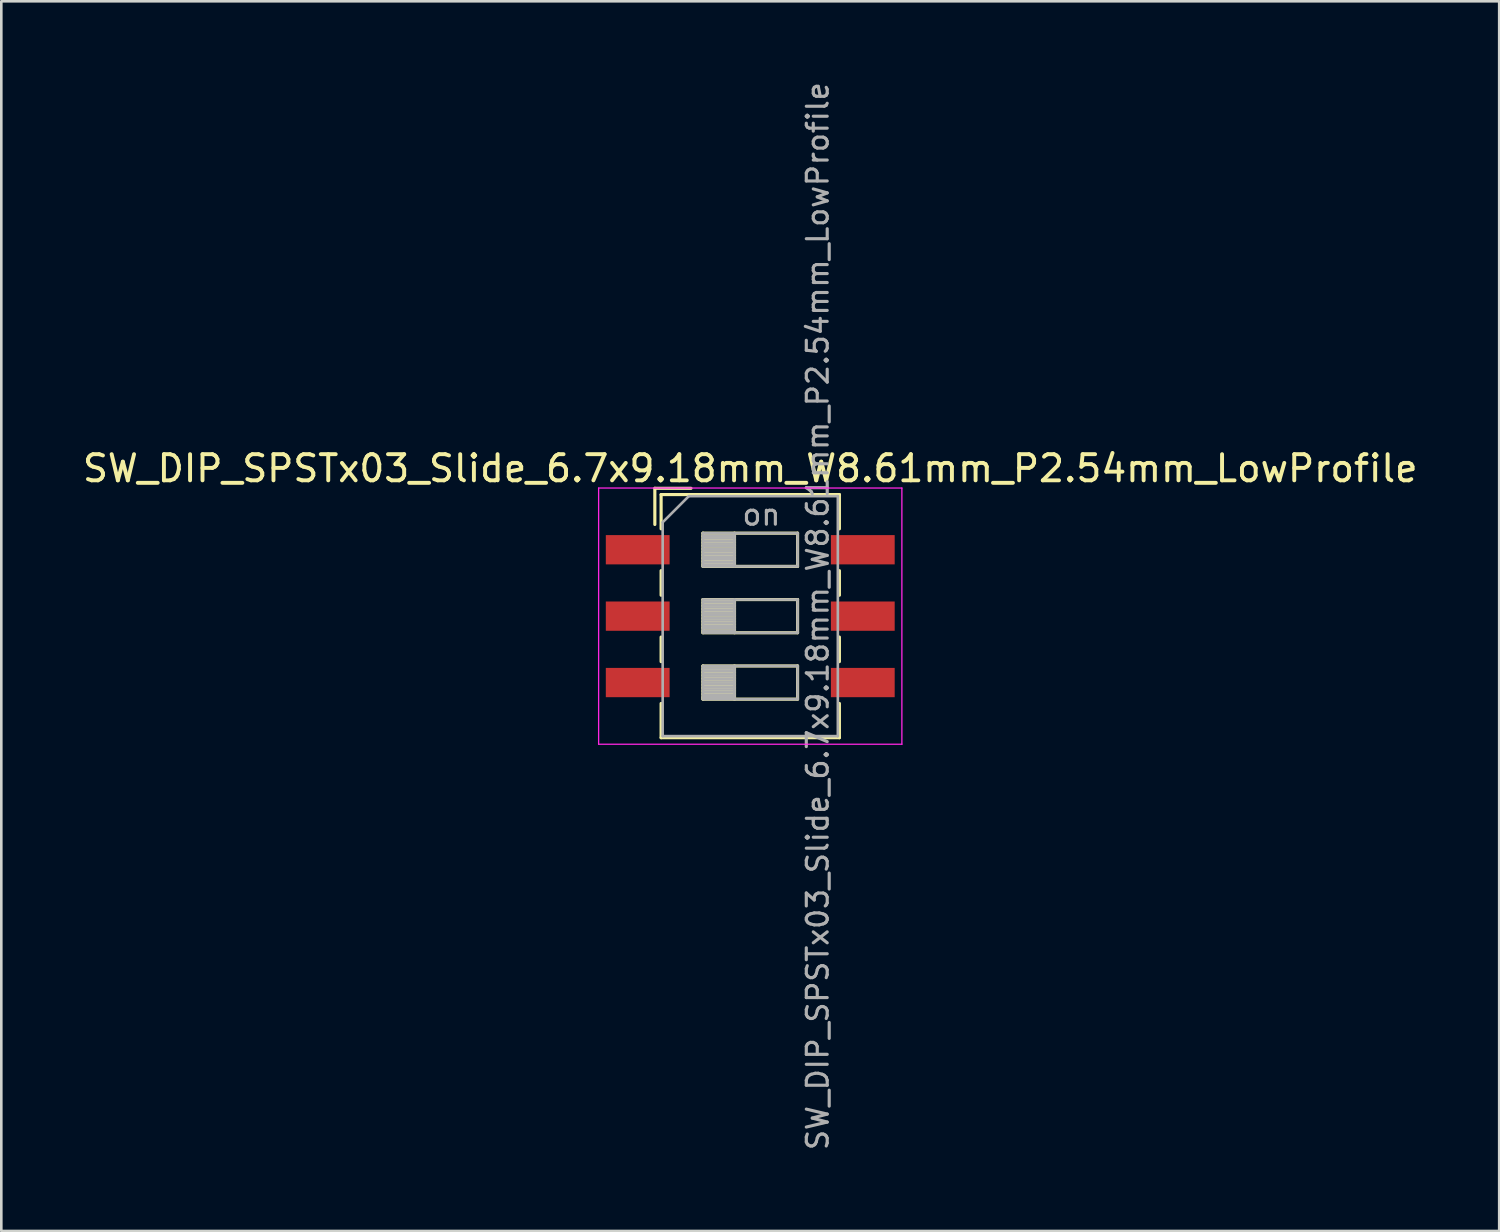
<source format=kicad_pcb>
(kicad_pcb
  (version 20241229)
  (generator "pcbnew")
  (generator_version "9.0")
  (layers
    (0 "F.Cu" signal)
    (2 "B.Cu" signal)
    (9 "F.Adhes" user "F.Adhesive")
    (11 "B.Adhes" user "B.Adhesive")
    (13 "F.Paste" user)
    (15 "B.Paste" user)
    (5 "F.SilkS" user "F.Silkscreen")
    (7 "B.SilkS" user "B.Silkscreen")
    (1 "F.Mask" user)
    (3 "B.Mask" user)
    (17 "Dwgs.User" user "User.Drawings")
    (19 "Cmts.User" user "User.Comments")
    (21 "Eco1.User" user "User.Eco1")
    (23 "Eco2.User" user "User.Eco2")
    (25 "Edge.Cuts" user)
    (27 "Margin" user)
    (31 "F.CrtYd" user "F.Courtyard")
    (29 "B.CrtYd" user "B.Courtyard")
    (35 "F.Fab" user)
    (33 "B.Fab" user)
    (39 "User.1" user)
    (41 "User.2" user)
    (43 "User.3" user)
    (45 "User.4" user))
  (footprint "SW_DIP_SPSTx03_Slide_6.7x9.18mm_W8.61mm_P2.54mm_LowProfile"
    (layer "F.Cu")
    (at 25.649 20.519)
    (property "Reference" "SW_DIP_SPSTx03_Slide_6.7x9.18mm_W8.61mm_P2.54mm_LowProfile" (at 0 -5.65 180) (layer "F.SilkS") (effects (font (size 1 1) (thickness 0.15))))
    (attr smd)
    (fp_line (start -3.65 -4.89) (end -3.65 -3.507) (stroke (width 0.12) (type solid)) (layer "F.SilkS"))
    (fp_line (start -3.65 -4.89) (end -2.267 -4.89) (stroke (width 0.12) (type solid)) (layer "F.SilkS"))
    (fp_line (start -3.41 -4.65) (end -3.41 -3.34) (stroke (width 0.12) (type solid)) (layer "F.SilkS"))
    (fp_line (start -3.41 -4.65) (end 3.41 -4.65) (stroke (width 0.12) (type solid)) (layer "F.SilkS"))
    (fp_line (start -3.41 -1.74) (end -3.41 -0.8) (stroke (width 0.12) (type solid)) (layer "F.SilkS"))
    (fp_line (start -3.41 0.8) (end -3.41 1.74) (stroke (width 0.12) (type solid)) (layer "F.SilkS"))
    (fp_line (start -3.41 3.34) (end -3.41 4.65) (stroke (width 0.12) (type solid)) (layer "F.SilkS"))
    (fp_line (start -3.41 4.65) (end 3.41 4.65) (stroke (width 0.12) (type solid)) (layer "F.SilkS"))
    (fp_line (start -1.81 -3.175) (end -1.81 -1.905) (stroke (width 0.12) (type solid)) (layer "F.SilkS"))
    (fp_line (start -1.81 -3.055) (end -0.603 -3.055) (stroke (width 0.12) (type solid)) (layer "F.SilkS"))
    (fp_line (start -1.81 -2.935) (end -0.603 -2.935) (stroke (width 0.12) (type solid)) (layer "F.SilkS"))
    (fp_line (start -1.81 -2.815) (end -0.603 -2.815) (stroke (width 0.12) (type solid)) (layer "F.SilkS"))
    (fp_line (start -1.81 -2.695) (end -0.603 -2.695) (stroke (width 0.12) (type solid)) (layer "F.SilkS"))
    (fp_line (start -1.81 -2.575) (end -0.603 -2.575) (stroke (width 0.12) (type solid)) (layer "F.SilkS"))
    (fp_line (start -1.81 -2.455) (end -0.603 -2.455) (stroke (width 0.12) (type solid)) (layer "F.SilkS"))
    (fp_line (start -1.81 -2.335) (end -0.603 -2.335) (stroke (width 0.12) (type solid)) (layer "F.SilkS"))
    (fp_line (start -1.81 -2.215) (end -0.603 -2.215) (stroke (width 0.12) (type solid)) (layer "F.SilkS"))
    (fp_line (start -1.81 -2.095) (end -0.603 -2.095) (stroke (width 0.12) (type solid)) (layer "F.SilkS"))
    (fp_line (start -1.81 -1.975) (end -0.603 -1.975) (stroke (width 0.12) (type solid)) (layer "F.SilkS"))
    (fp_line (start -1.81 -1.905) (end 1.81 -1.905) (stroke (width 0.12) (type solid)) (layer "F.SilkS"))
    (fp_line (start -1.81 -0.635) (end -1.81 0.635) (stroke (width 0.12) (type solid)) (layer "F.SilkS"))
    (fp_line (start -1.81 -0.515) (end -0.603 -0.515) (stroke (width 0.12) (type solid)) (layer "F.SilkS"))
    (fp_line (start -1.81 -0.395) (end -0.603 -0.395) (stroke (width 0.12) (type solid)) (layer "F.SilkS"))
    (fp_line (start -1.81 -0.275) (end -0.603 -0.275) (stroke (width 0.12) (type solid)) (layer "F.SilkS"))
    (fp_line (start -1.81 -0.155) (end -0.603 -0.155) (stroke (width 0.12) (type solid)) (layer "F.SilkS"))
    (fp_line (start -1.81 -0.035) (end -0.603 -0.035) (stroke (width 0.12) (type solid)) (layer "F.SilkS"))
    (fp_line (start -1.81 0.085) (end -0.603 0.085) (stroke (width 0.12) (type solid)) (layer "F.SilkS"))
    (fp_line (start -1.81 0.205) (end -0.603 0.205) (stroke (width 0.12) (type solid)) (layer "F.SilkS"))
    (fp_line (start -1.81 0.325) (end -0.603 0.325) (stroke (width 0.12) (type solid)) (layer "F.SilkS"))
    (fp_line (start -1.81 0.445) (end -0.603 0.445) (stroke (width 0.12) (type solid)) (layer "F.SilkS"))
    (fp_line (start -1.81 0.565) (end -0.603 0.565) (stroke (width 0.12) (type solid)) (layer "F.SilkS"))
    (fp_line (start -1.81 0.635) (end 1.81 0.635) (stroke (width 0.12) (type solid)) (layer "F.SilkS"))
    (fp_line (start -1.81 1.905) (end -1.81 3.175) (stroke (width 0.12) (type solid)) (layer "F.SilkS"))
    (fp_line (start -1.81 2.025) (end -0.603 2.025) (stroke (width 0.12) (type solid)) (layer "F.SilkS"))
    (fp_line (start -1.81 2.145) (end -0.603 2.145) (stroke (width 0.12) (type solid)) (layer "F.SilkS"))
    (fp_line (start -1.81 2.265) (end -0.603 2.265) (stroke (width 0.12) (type solid)) (layer "F.SilkS"))
    (fp_line (start -1.81 2.385) (end -0.603 2.385) (stroke (width 0.12) (type solid)) (layer "F.SilkS"))
    (fp_line (start -1.81 2.505) (end -0.603 2.505) (stroke (width 0.12) (type solid)) (layer "F.SilkS"))
    (fp_line (start -1.81 2.625) (end -0.603 2.625) (stroke (width 0.12) (type solid)) (layer "F.SilkS"))
    (fp_line (start -1.81 2.745) (end -0.603 2.745) (stroke (width 0.12) (type solid)) (layer "F.SilkS"))
    (fp_line (start -1.81 2.865) (end -0.603 2.865) (stroke (width 0.12) (type solid)) (layer "F.SilkS"))
    (fp_line (start -1.81 2.985) (end -0.603 2.985) (stroke (width 0.12) (type solid)) (layer "F.SilkS"))
    (fp_line (start -1.81 3.105) (end -0.603 3.105) (stroke (width 0.12) (type solid)) (layer "F.SilkS"))
    (fp_line (start -1.81 3.175) (end 1.81 3.175) (stroke (width 0.12) (type solid)) (layer "F.SilkS"))
    (fp_line (start -0.603 -3.175) (end -0.603 -1.905) (stroke (width 0.12) (type solid)) (layer "F.SilkS"))
    (fp_line (start -0.603 -0.635) (end -0.603 0.635) (stroke (width 0.12) (type solid)) (layer "F.SilkS"))
    (fp_line (start -0.603 1.905) (end -0.603 3.175) (stroke (width 0.12) (type solid)) (layer "F.SilkS"))
    (fp_line (start 1.81 -3.175) (end -1.81 -3.175) (stroke (width 0.12) (type solid)) (layer "F.SilkS"))
    (fp_line (start 1.81 -1.905) (end 1.81 -3.175) (stroke (width 0.12) (type solid)) (layer "F.SilkS"))
    (fp_line (start 1.81 -0.635) (end -1.81 -0.635) (stroke (width 0.12) (type solid)) (layer "F.SilkS"))
    (fp_line (start 1.81 0.635) (end 1.81 -0.635) (stroke (width 0.12) (type solid)) (layer "F.SilkS"))
    (fp_line (start 1.81 1.905) (end -1.81 1.905) (stroke (width 0.12) (type solid)) (layer "F.SilkS"))
    (fp_line (start 1.81 3.175) (end 1.81 1.905) (stroke (width 0.12) (type solid)) (layer "F.SilkS"))
    (fp_line (start 3.41 -4.65) (end 3.41 -3.34) (stroke (width 0.12) (type solid)) (layer "F.SilkS"))
    (fp_line (start 3.41 -1.74) (end 3.41 -0.8) (stroke (width 0.12) (type solid)) (layer "F.SilkS"))
    (fp_line (start 3.41 0.8) (end 3.41 1.74) (stroke (width 0.12) (type solid)) (layer "F.SilkS"))
    (fp_line (start 3.41 3.34) (end 3.41 4.65) (stroke (width 0.12) (type solid)) (layer "F.SilkS"))
    (fp_line (start -5.8 -4.9) (end -5.8 4.9) (stroke (width 0.05) (type solid)) (layer "F.CrtYd"))
    (fp_line (start -5.8 4.9) (end 5.8 4.9) (stroke (width 0.05) (type solid)) (layer "F.CrtYd"))
    (fp_line (start 5.8 -4.9) (end -5.8 -4.9) (stroke (width 0.05) (type solid)) (layer "F.CrtYd"))
    (fp_line (start 5.8 4.9) (end 5.8 -4.9) (stroke (width 0.05) (type solid)) (layer "F.CrtYd"))
    (fp_line (start -3.35 -3.59) (end -2.35 -4.59) (stroke (width 0.1) (type solid)) (layer "F.Fab"))
    (fp_line (start -3.35 4.59) (end -3.35 -3.59) (stroke (width 0.1) (type solid)) (layer "F.Fab"))
    (fp_line (start -2.35 -4.59) (end 3.35 -4.59) (stroke (width 0.1) (type solid)) (layer "F.Fab"))
    (fp_line (start -1.81 -3.175) (end -1.81 -1.905) (stroke (width 0.1) (type solid)) (layer "F.Fab"))
    (fp_line (start -1.81 -3.075) (end -0.603 -3.075) (stroke (width 0.1) (type solid)) (layer "F.Fab"))
    (fp_line (start -1.81 -2.975) (end -0.603 -2.975) (stroke (width 0.1) (type solid)) (layer "F.Fab"))
    (fp_line (start -1.81 -2.875) (end -0.603 -2.875) (stroke (width 0.1) (type solid)) (layer "F.Fab"))
    (fp_line (start -1.81 -2.775) (end -0.603 -2.775) (stroke (width 0.1) (type solid)) (layer "F.Fab"))
    (fp_line (start -1.81 -2.675) (end -0.603 -2.675) (stroke (width 0.1) (type solid)) (layer "F.Fab"))
    (fp_line (start -1.81 -2.575) (end -0.603 -2.575) (stroke (width 0.1) (type solid)) (layer "F.Fab"))
    (fp_line (start -1.81 -2.475) (end -0.603 -2.475) (stroke (width 0.1) (type solid)) (layer "F.Fab"))
    (fp_line (start -1.81 -2.375) (end -0.603 -2.375) (stroke (width 0.1) (type solid)) (layer "F.Fab"))
    (fp_line (start -1.81 -2.275) (end -0.603 -2.275) (stroke (width 0.1) (type solid)) (layer "F.Fab"))
    (fp_line (start -1.81 -2.175) (end -0.603 -2.175) (stroke (width 0.1) (type solid)) (layer "F.Fab"))
    (fp_line (start -1.81 -2.075) (end -0.603 -2.075) (stroke (width 0.1) (type solid)) (layer "F.Fab"))
    (fp_line (start -1.81 -1.975) (end -0.603 -1.975) (stroke (width 0.1) (type solid)) (layer "F.Fab"))
    (fp_line (start -1.81 -1.905) (end 1.81 -1.905) (stroke (width 0.1) (type solid)) (layer "F.Fab"))
    (fp_line (start -1.81 -0.635) (end -1.81 0.635) (stroke (width 0.1) (type solid)) (layer "F.Fab"))
    (fp_line (start -1.81 -0.535) (end -0.603 -0.535) (stroke (width 0.1) (type solid)) (layer "F.Fab"))
    (fp_line (start -1.81 -0.435) (end -0.603 -0.435) (stroke (width 0.1) (type solid)) (layer "F.Fab"))
    (fp_line (start -1.81 -0.335) (end -0.603 -0.335) (stroke (width 0.1) (type solid)) (layer "F.Fab"))
    (fp_line (start -1.81 -0.235) (end -0.603 -0.235) (stroke (width 0.1) (type solid)) (layer "F.Fab"))
    (fp_line (start -1.81 -0.135) (end -0.603 -0.135) (stroke (width 0.1) (type solid)) (layer "F.Fab"))
    (fp_line (start -1.81 -0.035) (end -0.603 -0.035) (stroke (width 0.1) (type solid)) (layer "F.Fab"))
    (fp_line (start -1.81 0.065) (end -0.603 0.065) (stroke (width 0.1) (type solid)) (layer "F.Fab"))
    (fp_line (start -1.81 0.165) (end -0.603 0.165) (stroke (width 0.1) (type solid)) (layer "F.Fab"))
    (fp_line (start -1.81 0.265) (end -0.603 0.265) (stroke (width 0.1) (type solid)) (layer "F.Fab"))
    (fp_line (start -1.81 0.365) (end -0.603 0.365) (stroke (width 0.1) (type solid)) (layer "F.Fab"))
    (fp_line (start -1.81 0.465) (end -0.603 0.465) (stroke (width 0.1) (type solid)) (layer "F.Fab"))
    (fp_line (start -1.81 0.565) (end -0.603 0.565) (stroke (width 0.1) (type solid)) (layer "F.Fab"))
    (fp_line (start -1.81 0.635) (end 1.81 0.635) (stroke (width 0.1) (type solid)) (layer "F.Fab"))
    (fp_line (start -1.81 1.905) (end -1.81 3.175) (stroke (width 0.1) (type solid)) (layer "F.Fab"))
    (fp_line (start -1.81 2.005) (end -0.603 2.005) (stroke (width 0.1) (type solid)) (layer "F.Fab"))
    (fp_line (start -1.81 2.105) (end -0.603 2.105) (stroke (width 0.1) (type solid)) (layer "F.Fab"))
    (fp_line (start -1.81 2.205) (end -0.603 2.205) (stroke (width 0.1) (type solid)) (layer "F.Fab"))
    (fp_line (start -1.81 2.305) (end -0.603 2.305) (stroke (width 0.1) (type solid)) (layer "F.Fab"))
    (fp_line (start -1.81 2.405) (end -0.603 2.405) (stroke (width 0.1) (type solid)) (layer "F.Fab"))
    (fp_line (start -1.81 2.505) (end -0.603 2.505) (stroke (width 0.1) (type solid)) (layer "F.Fab"))
    (fp_line (start -1.81 2.605) (end -0.603 2.605) (stroke (width 0.1) (type solid)) (layer "F.Fab"))
    (fp_line (start -1.81 2.705) (end -0.603 2.705) (stroke (width 0.1) (type solid)) (layer "F.Fab"))
    (fp_line (start -1.81 2.805) (end -0.603 2.805) (stroke (width 0.1) (type solid)) (layer "F.Fab"))
    (fp_line (start -1.81 2.905) (end -0.603 2.905) (stroke (width 0.1) (type solid)) (layer "F.Fab"))
    (fp_line (start -1.81 3.005) (end -0.603 3.005) (stroke (width 0.1) (type solid)) (layer "F.Fab"))
    (fp_line (start -1.81 3.105) (end -0.603 3.105) (stroke (width 0.1) (type solid)) (layer "F.Fab"))
    (fp_line (start -1.81 3.175) (end 1.81 3.175) (stroke (width 0.1) (type solid)) (layer "F.Fab"))
    (fp_line (start -0.603 -3.175) (end -0.603 -1.905) (stroke (width 0.1) (type solid)) (layer "F.Fab"))
    (fp_line (start -0.603 -0.635) (end -0.603 0.635) (stroke (width 0.1) (type solid)) (layer "F.Fab"))
    (fp_line (start -0.603 1.905) (end -0.603 3.175) (stroke (width 0.1) (type solid)) (layer "F.Fab"))
    (fp_line (start 1.81 -3.175) (end -1.81 -3.175) (stroke (width 0.1) (type solid)) (layer "F.Fab"))
    (fp_line (start 1.81 -1.905) (end 1.81 -3.175) (stroke (width 0.1) (type solid)) (layer "F.Fab"))
    (fp_line (start 1.81 -0.635) (end -1.81 -0.635) (stroke (width 0.1) (type solid)) (layer "F.Fab"))
    (fp_line (start 1.81 0.635) (end 1.81 -0.635) (stroke (width 0.1) (type solid)) (layer "F.Fab"))
    (fp_line (start 1.81 1.905) (end -1.81 1.905) (stroke (width 0.1) (type solid)) (layer "F.Fab"))
    (fp_line (start 1.81 3.175) (end 1.81 1.905) (stroke (width 0.1) (type solid)) (layer "F.Fab"))
    (fp_line (start 3.35 -4.59) (end 3.35 4.59) (stroke (width 0.1) (type solid)) (layer "F.Fab"))
    (fp_line (start 3.35 4.59) (end -3.35 4.59) (stroke (width 0.1) (type solid)) (layer "F.Fab"))
    (fp_text user "${REFERENCE}" (at 2.58 0 90) (layer "F.Fab") (effects (font (size 0.8 0.8) (thickness 0.12))))
    (fp_text user "on" (at 0.427 -3.882 180) (layer "F.Fab") (effects (font (size 0.8 0.8) (thickness 0.12))))
    (pad "1" smd rect (at -4.305 -2.54) (size 2.44 1.12) (layers "F.Cu" "F.Mask" "F.Paste"))
    (pad "2" smd rect (at -4.305 0) (size 2.44 1.12) (layers "F.Cu" "F.Mask" "F.Paste"))
    (pad "3" smd rect (at -4.305 2.54) (size 2.44 1.12) (layers "F.Cu" "F.Mask" "F.Paste"))
    (pad "4" smd rect (at 4.305 2.54) (size 2.44 1.12) (layers "F.Cu" "F.Mask" "F.Paste"))
    (pad "5" smd rect (at 4.305 0) (size 2.44 1.12) (layers "F.Cu" "F.Mask" "F.Paste"))
    (pad "6" smd rect (at 4.305 -2.54) (size 2.44 1.12) (layers "F.Cu" "F.Mask" "F.Paste")))
  (gr_rect
    (start -3 -3)
    (end 54.298 44.038)
    (stroke (width 0.1) (type default))
    (fill no)
    (layer "Edge.Cuts")))
</source>
